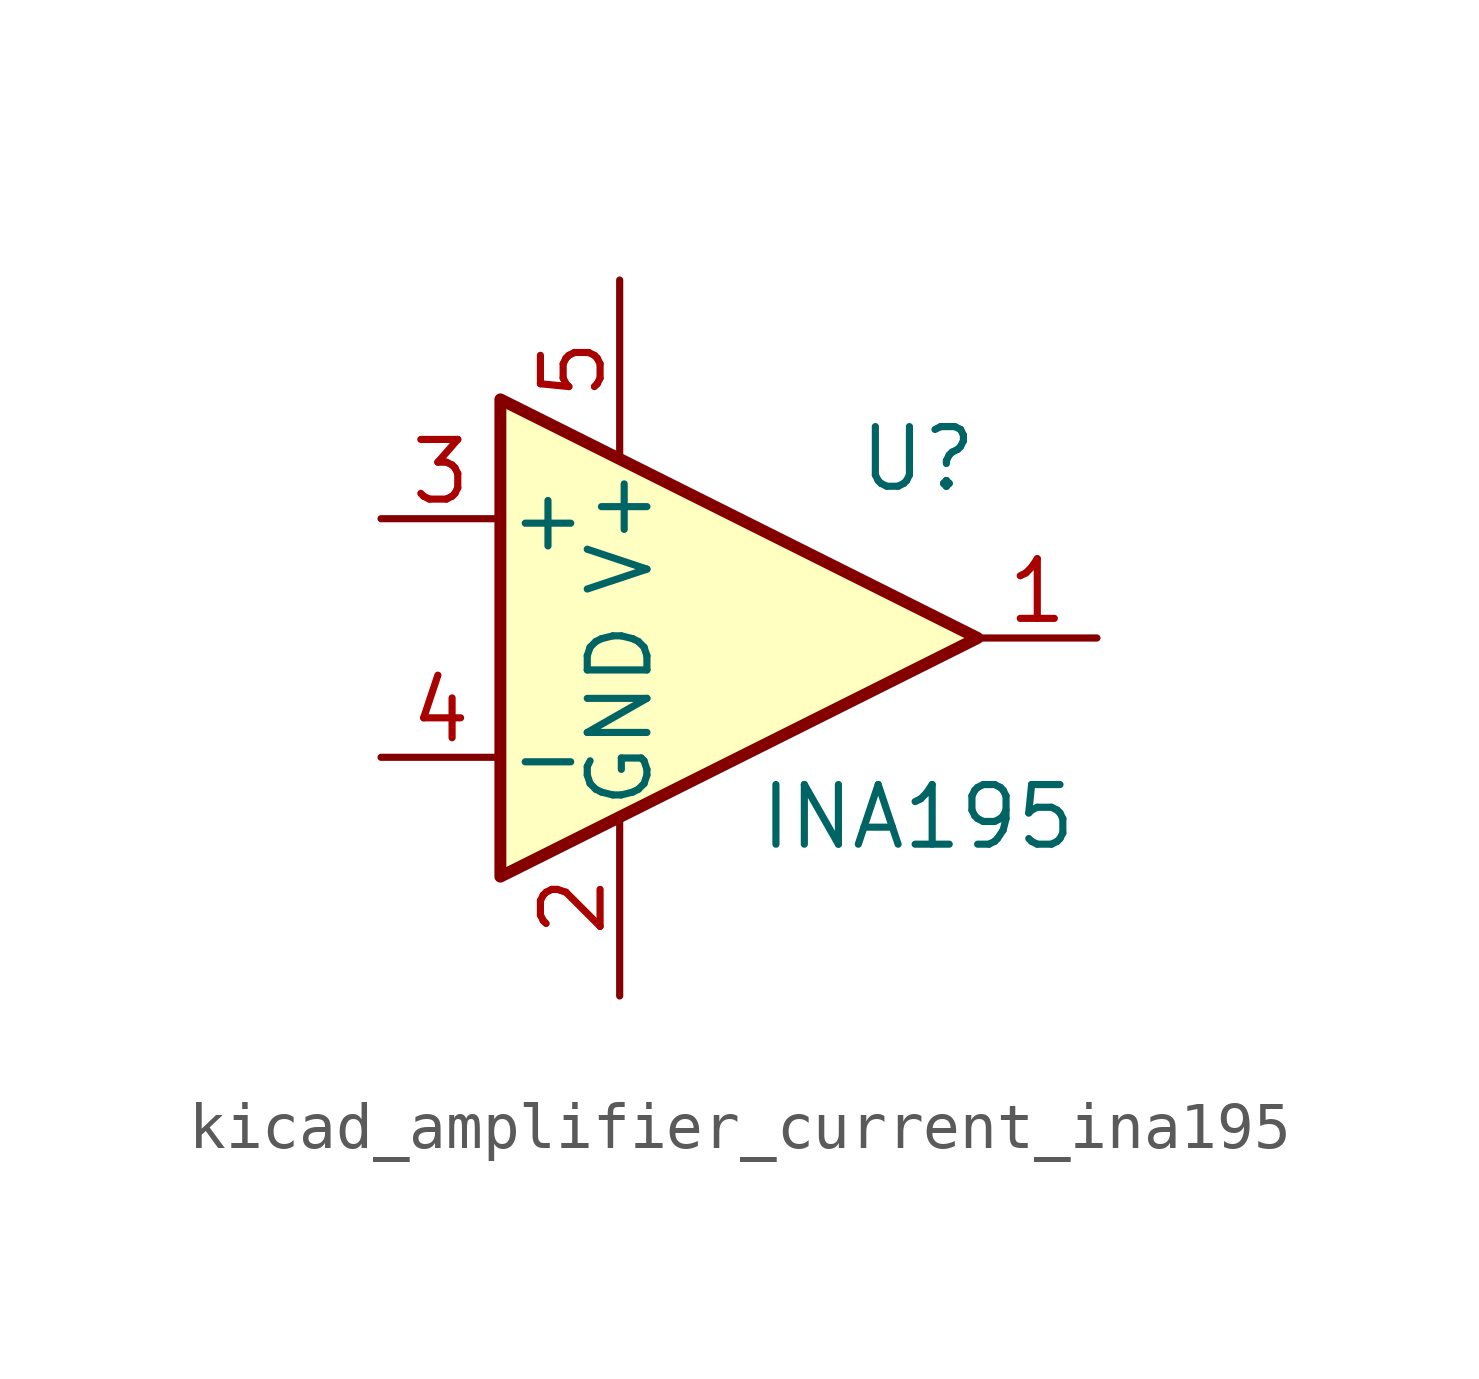
<source format=kicad_sym>
(kicad_symbol_lib
  (version 20220914)
  (generator kicad_symbol_editor)
  (symbol "kicad_amplifier_current_ina195"
    (pin_names
      (offset 0.127))
    (property "Reference" "U"
      (at 3.81 3.81 0)
      (effects (font (size 1.27 1.27))))
    (property "Value" "INA195"
      (at 3.81 -3.81 0)
      (effects (font (size 1.27 1.27))))
    (symbol "kicad_amplifier_current_ina195_0_1"
      (polyline (pts (xy 5.08 0) (xy -5.08 5.08) (xy -5.08 -5.08) (xy 5.08 0)) (stroke (width 0.254) (type default)) (fill (type background))))
    (symbol "kicad_amplifier_current_ina195_1_1"
      (pin output line (at 7.62 0 180) (length 2.54) (name "~" (effects (font (size 1.27 1.27)))) (number "1" (effects (font (size 1.27 1.27)))))
      (pin power_in line (at -2.54 -7.62 90) (length 3.81) (name "GND" (effects (font (size 1.27 1.27)))) (number "2" (effects (font (size 1.27 1.27)))))
      (pin input line (at -7.62 2.54 0) (length 2.54) (name "+" (effects (font (size 1.27 1.27)))) (number "3" (effects (font (size 1.27 1.27)))))
      (pin input line (at -7.62 -2.54 0) (length 2.54) (name "-" (effects (font (size 1.27 1.27)))) (number "4" (effects (font (size 1.27 1.27)))))
      (pin power_in line (at -2.54 7.62 270) (length 3.81) (name "V+" (effects (font (size 1.27 1.27)))) (number "5" (effects (font (size 1.27 1.27))))))))
</source>
